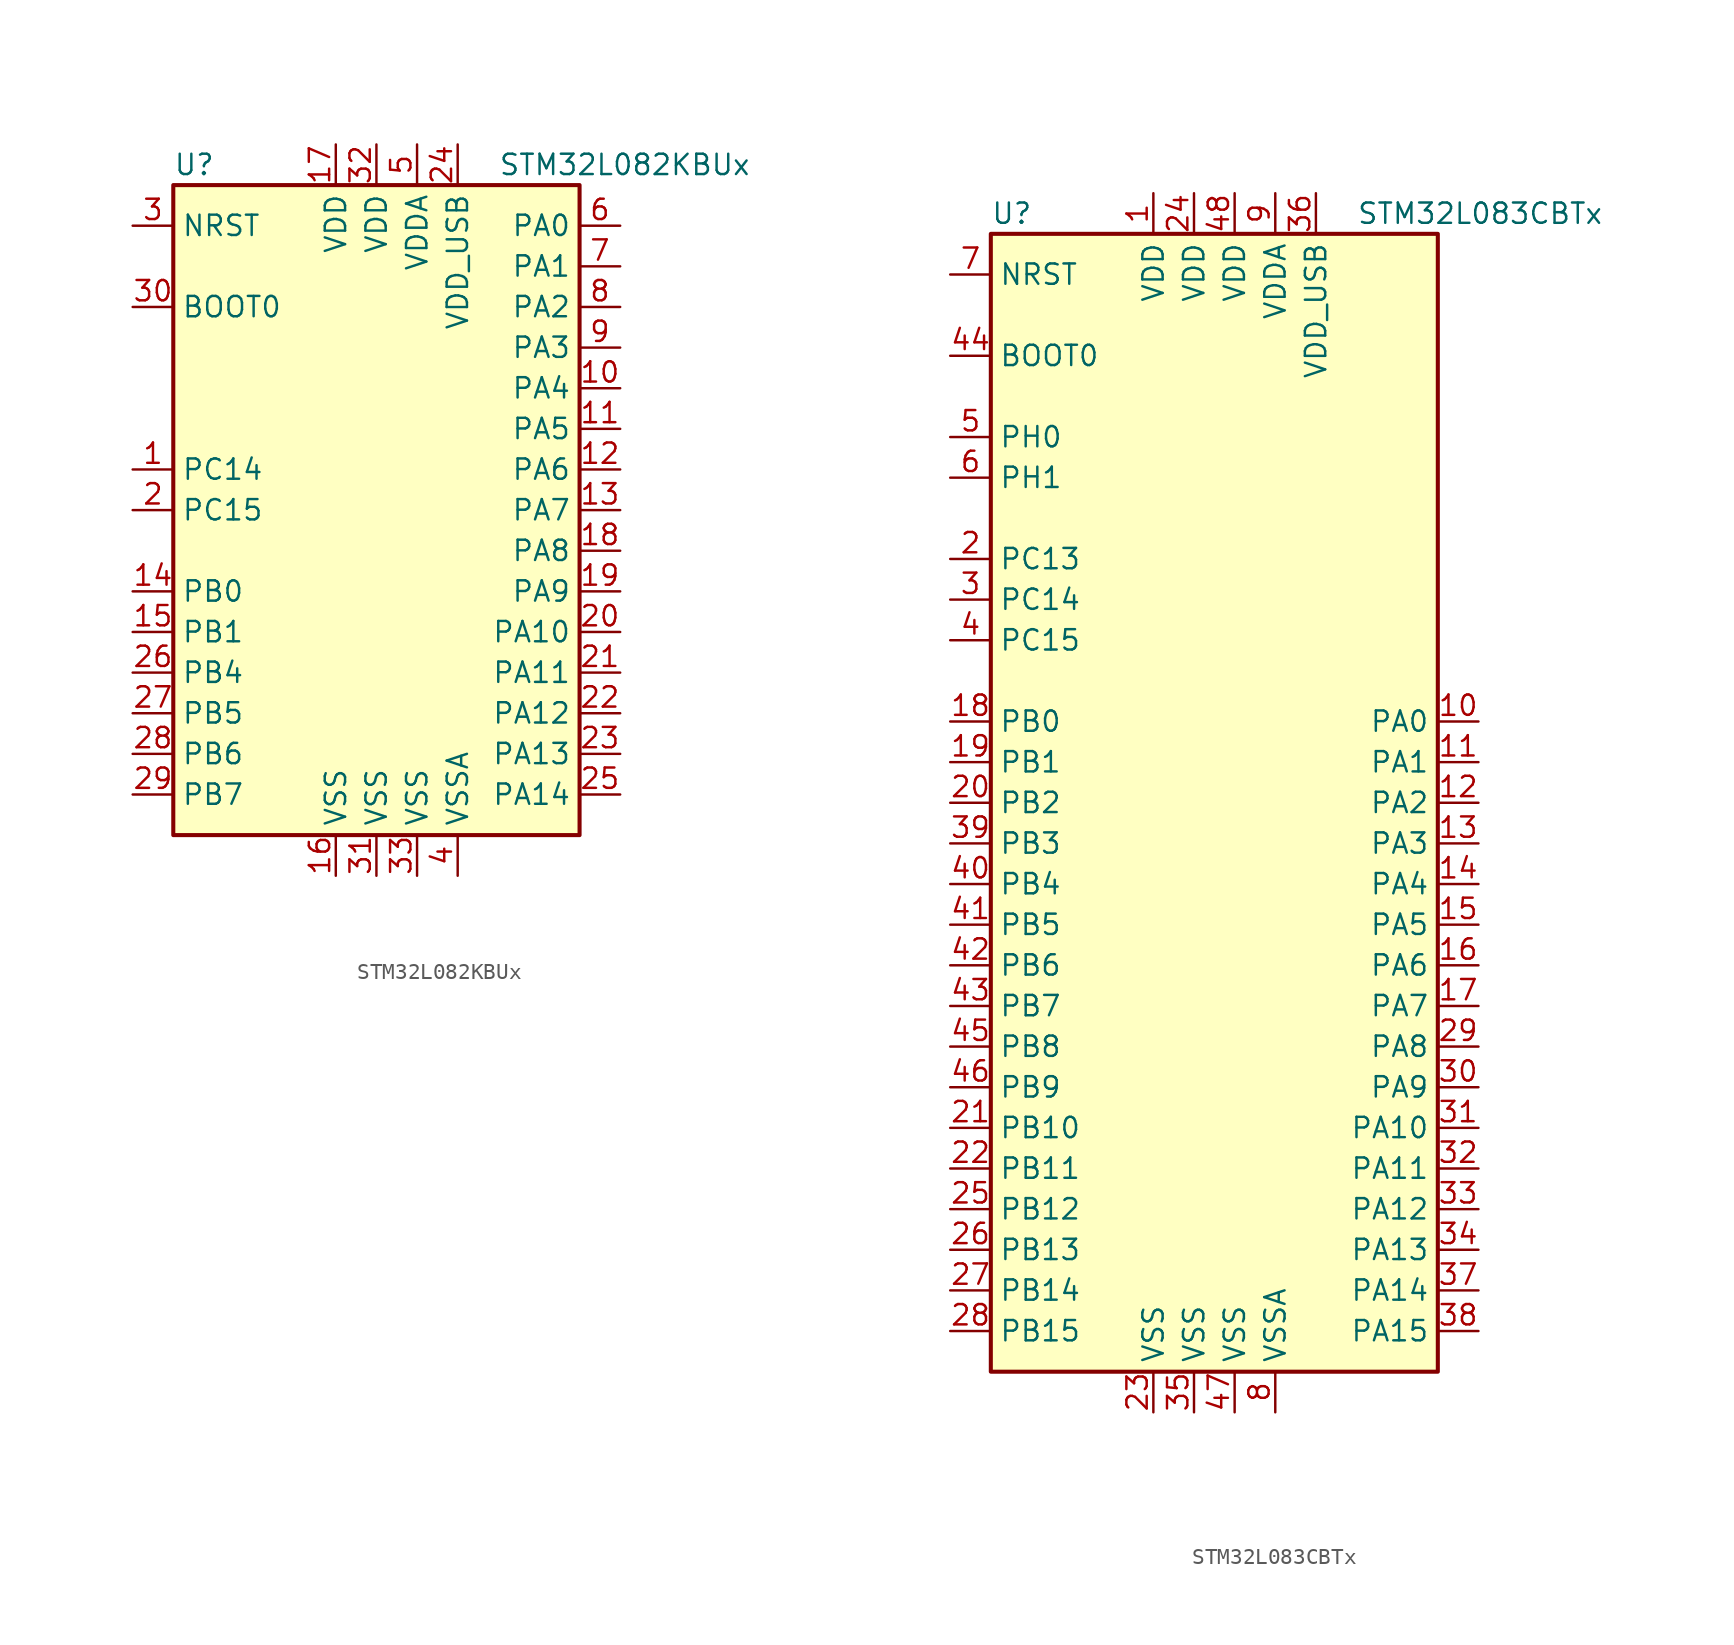
<source format=kicad_sym>
(kicad_symbol_lib
  (version 20201005)
  (generator kicad_symbol_editor)
  (symbol "STM32L082KBUx"
    (property "Reference" "U"
      (at -12.7 21.59 0)
      (effects (font (size 1.27 1.27)) (justify left)))
    (property "Value" "STM32L082KBUx"
      (at 7.62 21.59 0)
      (effects (font (size 1.27 1.27)) (justify left)))
    (symbol "STM32L082KBUx_0_1"
      (rectangle (start -12.7 -20.32) (end 12.7 20.32) (stroke (width 0.254)) (fill (type background))))
    (symbol "STM32L082KBUx_1_1"
      (pin input line (at -15.24 12.7 0) (length 2.54) (name "BOOT0" (effects (font (size 1.27 1.27)))) (number "30" (effects (font (size 1.27 1.27)))))
      (pin input line (at -15.24 17.78 0) (length 2.54) (name "NRST" (effects (font (size 1.27 1.27)))) (number "3" (effects (font (size 1.27 1.27)))))
      (pin bidirectional line (at 15.24 17.78 180) (length 2.54) (name "PA0" (effects (font (size 1.27 1.27)))) (number "6" (effects (font (size 1.27 1.27)))))
      (pin bidirectional line (at 15.24 15.24 180) (length 2.54) (name "PA1" (effects (font (size 1.27 1.27)))) (number "7" (effects (font (size 1.27 1.27)))))
      (pin bidirectional line (at 15.24 -7.62 180) (length 2.54) (name "PA10" (effects (font (size 1.27 1.27)))) (number "20" (effects (font (size 1.27 1.27)))))
      (pin bidirectional line (at 15.24 -10.16 180) (length 2.54) (name "PA11" (effects (font (size 1.27 1.27)))) (number "21" (effects (font (size 1.27 1.27)))))
      (pin bidirectional line (at 15.24 -12.7 180) (length 2.54) (name "PA12" (effects (font (size 1.27 1.27)))) (number "22" (effects (font (size 1.27 1.27)))))
      (pin bidirectional line (at 15.24 -15.24 180) (length 2.54) (name "PA13" (effects (font (size 1.27 1.27)))) (number "23" (effects (font (size 1.27 1.27)))))
      (pin bidirectional line (at 15.24 -17.78 180) (length 2.54) (name "PA14" (effects (font (size 1.27 1.27)))) (number "25" (effects (font (size 1.27 1.27)))))
      (pin bidirectional line (at 15.24 12.7 180) (length 2.54) (name "PA2" (effects (font (size 1.27 1.27)))) (number "8" (effects (font (size 1.27 1.27)))))
      (pin bidirectional line (at 15.24 10.16 180) (length 2.54) (name "PA3" (effects (font (size 1.27 1.27)))) (number "9" (effects (font (size 1.27 1.27)))))
      (pin bidirectional line (at 15.24 7.62 180) (length 2.54) (name "PA4" (effects (font (size 1.27 1.27)))) (number "10" (effects (font (size 1.27 1.27)))))
      (pin bidirectional line (at 15.24 5.08 180) (length 2.54) (name "PA5" (effects (font (size 1.27 1.27)))) (number "11" (effects (font (size 1.27 1.27)))))
      (pin bidirectional line (at 15.24 2.54 180) (length 2.54) (name "PA6" (effects (font (size 1.27 1.27)))) (number "12" (effects (font (size 1.27 1.27)))))
      (pin bidirectional line (at 15.24 0 180) (length 2.54) (name "PA7" (effects (font (size 1.27 1.27)))) (number "13" (effects (font (size 1.27 1.27)))))
      (pin bidirectional line (at 15.24 -2.54 180) (length 2.54) (name "PA8" (effects (font (size 1.27 1.27)))) (number "18" (effects (font (size 1.27 1.27)))))
      (pin bidirectional line (at 15.24 -5.08 180) (length 2.54) (name "PA9" (effects (font (size 1.27 1.27)))) (number "19" (effects (font (size 1.27 1.27)))))
      (pin bidirectional line (at -15.24 -5.08 0) (length 2.54) (name "PB0" (effects (font (size 1.27 1.27)))) (number "14" (effects (font (size 1.27 1.27)))))
      (pin bidirectional line (at -15.24 -7.62 0) (length 2.54) (name "PB1" (effects (font (size 1.27 1.27)))) (number "15" (effects (font (size 1.27 1.27)))))
      (pin bidirectional line (at -15.24 -10.16 0) (length 2.54) (name "PB4" (effects (font (size 1.27 1.27)))) (number "26" (effects (font (size 1.27 1.27)))))
      (pin bidirectional line (at -15.24 -12.7 0) (length 2.54) (name "PB5" (effects (font (size 1.27 1.27)))) (number "27" (effects (font (size 1.27 1.27)))))
      (pin bidirectional line (at -15.24 -15.24 0) (length 2.54) (name "PB6" (effects (font (size 1.27 1.27)))) (number "28" (effects (font (size 1.27 1.27)))))
      (pin bidirectional line (at -15.24 -17.78 0) (length 2.54) (name "PB7" (effects (font (size 1.27 1.27)))) (number "29" (effects (font (size 1.27 1.27)))))
      (pin bidirectional line (at -15.24 2.54 0) (length 2.54) (name "PC14" (effects (font (size 1.27 1.27)))) (number "1" (effects (font (size 1.27 1.27)))))
      (pin bidirectional line (at -15.24 0 0) (length 2.54) (name "PC15" (effects (font (size 1.27 1.27)))) (number "2" (effects (font (size 1.27 1.27)))))
      (pin power_in line (at -2.54 22.86 270) (length 2.54) (name "VDD" (effects (font (size 1.27 1.27)))) (number "17" (effects (font (size 1.27 1.27)))))
      (pin power_in line (at 0 22.86 270) (length 2.54) (name "VDD" (effects (font (size 1.27 1.27)))) (number "32" (effects (font (size 1.27 1.27)))))
      (pin power_in line (at 2.54 22.86 270) (length 2.54) (name "VDDA" (effects (font (size 1.27 1.27)))) (number "5" (effects (font (size 1.27 1.27)))))
      (pin power_in line (at 5.08 22.86 270) (length 2.54) (name "VDD_USB" (effects (font (size 1.27 1.27)))) (number "24" (effects (font (size 1.27 1.27)))))
      (pin power_in line (at -2.54 -22.86 90) (length 2.54) (name "VSS" (effects (font (size 1.27 1.27)))) (number "16" (effects (font (size 1.27 1.27)))))
      (pin power_in line (at 0 -22.86 90) (length 2.54) (name "VSS" (effects (font (size 1.27 1.27)))) (number "31" (effects (font (size 1.27 1.27)))))
      (pin power_in line (at 2.54 -22.86 90) (length 2.54) (name "VSS" (effects (font (size 1.27 1.27)))) (number "33" (effects (font (size 1.27 1.27)))))
      (pin power_in line (at 5.08 -22.86 90) (length 2.54) (name "VSSA" (effects (font (size 1.27 1.27)))) (number "4" (effects (font (size 1.27 1.27)))))))
  (symbol "STM32L083CBTx"
    (property "Reference" "U"
      (at -15.24 36.83 0)
      (effects (font (size 1.27 1.27)) (justify left)))
    (property "Value" "STM32L083CBTx"
      (at 7.62 36.83 0)
      (effects (font (size 1.27 1.27)) (justify left)))
    (symbol "STM32L083CBTx_0_1"
      (rectangle (start -15.24 -35.56) (end 12.7 35.56) (stroke (width 0.254)) (fill (type background))))
    (symbol "STM32L083CBTx_1_1"
      (pin input line (at -17.78 27.94 0) (length 2.54) (name "BOOT0" (effects (font (size 1.27 1.27)))) (number "44" (effects (font (size 1.27 1.27)))))
      (pin input line (at -17.78 33.02 0) (length 2.54) (name "NRST" (effects (font (size 1.27 1.27)))) (number "7" (effects (font (size 1.27 1.27)))))
      (pin bidirectional line (at 15.24 5.08 180) (length 2.54) (name "PA0" (effects (font (size 1.27 1.27)))) (number "10" (effects (font (size 1.27 1.27)))))
      (pin bidirectional line (at 15.24 2.54 180) (length 2.54) (name "PA1" (effects (font (size 1.27 1.27)))) (number "11" (effects (font (size 1.27 1.27)))))
      (pin bidirectional line (at 15.24 -20.32 180) (length 2.54) (name "PA10" (effects (font (size 1.27 1.27)))) (number "31" (effects (font (size 1.27 1.27)))))
      (pin bidirectional line (at 15.24 -22.86 180) (length 2.54) (name "PA11" (effects (font (size 1.27 1.27)))) (number "32" (effects (font (size 1.27 1.27)))))
      (pin bidirectional line (at 15.24 -25.4 180) (length 2.54) (name "PA12" (effects (font (size 1.27 1.27)))) (number "33" (effects (font (size 1.27 1.27)))))
      (pin bidirectional line (at 15.24 -27.94 180) (length 2.54) (name "PA13" (effects (font (size 1.27 1.27)))) (number "34" (effects (font (size 1.27 1.27)))))
      (pin bidirectional line (at 15.24 -30.48 180) (length 2.54) (name "PA14" (effects (font (size 1.27 1.27)))) (number "37" (effects (font (size 1.27 1.27)))))
      (pin bidirectional line (at 15.24 -33.02 180) (length 2.54) (name "PA15" (effects (font (size 1.27 1.27)))) (number "38" (effects (font (size 1.27 1.27)))))
      (pin bidirectional line (at 15.24 0 180) (length 2.54) (name "PA2" (effects (font (size 1.27 1.27)))) (number "12" (effects (font (size 1.27 1.27)))))
      (pin bidirectional line (at 15.24 -2.54 180) (length 2.54) (name "PA3" (effects (font (size 1.27 1.27)))) (number "13" (effects (font (size 1.27 1.27)))))
      (pin bidirectional line (at 15.24 -5.08 180) (length 2.54) (name "PA4" (effects (font (size 1.27 1.27)))) (number "14" (effects (font (size 1.27 1.27)))))
      (pin bidirectional line (at 15.24 -7.62 180) (length 2.54) (name "PA5" (effects (font (size 1.27 1.27)))) (number "15" (effects (font (size 1.27 1.27)))))
      (pin bidirectional line (at 15.24 -10.16 180) (length 2.54) (name "PA6" (effects (font (size 1.27 1.27)))) (number "16" (effects (font (size 1.27 1.27)))))
      (pin bidirectional line (at 15.24 -12.7 180) (length 2.54) (name "PA7" (effects (font (size 1.27 1.27)))) (number "17" (effects (font (size 1.27 1.27)))))
      (pin bidirectional line (at 15.24 -15.24 180) (length 2.54) (name "PA8" (effects (font (size 1.27 1.27)))) (number "29" (effects (font (size 1.27 1.27)))))
      (pin bidirectional line (at 15.24 -17.78 180) (length 2.54) (name "PA9" (effects (font (size 1.27 1.27)))) (number "30" (effects (font (size 1.27 1.27)))))
      (pin bidirectional line (at -17.78 5.08 0) (length 2.54) (name "PB0" (effects (font (size 1.27 1.27)))) (number "18" (effects (font (size 1.27 1.27)))))
      (pin bidirectional line (at -17.78 2.54 0) (length 2.54) (name "PB1" (effects (font (size 1.27 1.27)))) (number "19" (effects (font (size 1.27 1.27)))))
      (pin bidirectional line (at -17.78 -20.32 0) (length 2.54) (name "PB10" (effects (font (size 1.27 1.27)))) (number "21" (effects (font (size 1.27 1.27)))))
      (pin bidirectional line (at -17.78 -22.86 0) (length 2.54) (name "PB11" (effects (font (size 1.27 1.27)))) (number "22" (effects (font (size 1.27 1.27)))))
      (pin bidirectional line (at -17.78 -25.4 0) (length 2.54) (name "PB12" (effects (font (size 1.27 1.27)))) (number "25" (effects (font (size 1.27 1.27)))))
      (pin bidirectional line (at -17.78 -27.94 0) (length 2.54) (name "PB13" (effects (font (size 1.27 1.27)))) (number "26" (effects (font (size 1.27 1.27)))))
      (pin bidirectional line (at -17.78 -30.48 0) (length 2.54) (name "PB14" (effects (font (size 1.27 1.27)))) (number "27" (effects (font (size 1.27 1.27)))))
      (pin bidirectional line (at -17.78 -33.02 0) (length 2.54) (name "PB15" (effects (font (size 1.27 1.27)))) (number "28" (effects (font (size 1.27 1.27)))))
      (pin bidirectional line (at -17.78 0 0) (length 2.54) (name "PB2" (effects (font (size 1.27 1.27)))) (number "20" (effects (font (size 1.27 1.27)))))
      (pin bidirectional line (at -17.78 -2.54 0) (length 2.54) (name "PB3" (effects (font (size 1.27 1.27)))) (number "39" (effects (font (size 1.27 1.27)))))
      (pin bidirectional line (at -17.78 -5.08 0) (length 2.54) (name "PB4" (effects (font (size 1.27 1.27)))) (number "40" (effects (font (size 1.27 1.27)))))
      (pin bidirectional line (at -17.78 -7.62 0) (length 2.54) (name "PB5" (effects (font (size 1.27 1.27)))) (number "41" (effects (font (size 1.27 1.27)))))
      (pin bidirectional line (at -17.78 -10.16 0) (length 2.54) (name "PB6" (effects (font (size 1.27 1.27)))) (number "42" (effects (font (size 1.27 1.27)))))
      (pin bidirectional line (at -17.78 -12.7 0) (length 2.54) (name "PB7" (effects (font (size 1.27 1.27)))) (number "43" (effects (font (size 1.27 1.27)))))
      (pin bidirectional line (at -17.78 -15.24 0) (length 2.54) (name "PB8" (effects (font (size 1.27 1.27)))) (number "45" (effects (font (size 1.27 1.27)))))
      (pin bidirectional line (at -17.78 -17.78 0) (length 2.54) (name "PB9" (effects (font (size 1.27 1.27)))) (number "46" (effects (font (size 1.27 1.27)))))
      (pin bidirectional line (at -17.78 15.24 0) (length 2.54) (name "PC13" (effects (font (size 1.27 1.27)))) (number "2" (effects (font (size 1.27 1.27)))))
      (pin bidirectional line (at -17.78 12.7 0) (length 2.54) (name "PC14" (effects (font (size 1.27 1.27)))) (number "3" (effects (font (size 1.27 1.27)))))
      (pin bidirectional line (at -17.78 10.16 0) (length 2.54) (name "PC15" (effects (font (size 1.27 1.27)))) (number "4" (effects (font (size 1.27 1.27)))))
      (pin input line (at -17.78 22.86 0) (length 2.54) (name "PH0" (effects (font (size 1.27 1.27)))) (number "5" (effects (font (size 1.27 1.27)))))
      (pin input line (at -17.78 20.32 0) (length 2.54) (name "PH1" (effects (font (size 1.27 1.27)))) (number "6" (effects (font (size 1.27 1.27)))))
      (pin power_in line (at -5.08 38.1 270) (length 2.54) (name "VDD" (effects (font (size 1.27 1.27)))) (number "1" (effects (font (size 1.27 1.27)))))
      (pin power_in line (at -2.54 38.1 270) (length 2.54) (name "VDD" (effects (font (size 1.27 1.27)))) (number "24" (effects (font (size 1.27 1.27)))))
      (pin power_in line (at 0 38.1 270) (length 2.54) (name "VDD" (effects (font (size 1.27 1.27)))) (number "48" (effects (font (size 1.27 1.27)))))
      (pin power_in line (at 2.54 38.1 270) (length 2.54) (name "VDDA" (effects (font (size 1.27 1.27)))) (number "9" (effects (font (size 1.27 1.27)))))
      (pin power_in line (at 5.08 38.1 270) (length 2.54) (name "VDD_USB" (effects (font (size 1.27 1.27)))) (number "36" (effects (font (size 1.27 1.27)))))
      (pin power_in line (at -5.08 -38.1 90) (length 2.54) (name "VSS" (effects (font (size 1.27 1.27)))) (number "23" (effects (font (size 1.27 1.27)))))
      (pin power_in line (at -2.54 -38.1 90) (length 2.54) (name "VSS" (effects (font (size 1.27 1.27)))) (number "35" (effects (font (size 1.27 1.27)))))
      (pin power_in line (at 0 -38.1 90) (length 2.54) (name "VSS" (effects (font (size 1.27 1.27)))) (number "47" (effects (font (size 1.27 1.27)))))
      (pin power_in line (at 2.54 -38.1 90) (length 2.54) (name "VSSA" (effects (font (size 1.27 1.27)))) (number "8" (effects (font (size 1.27 1.27))))))))
</source>
